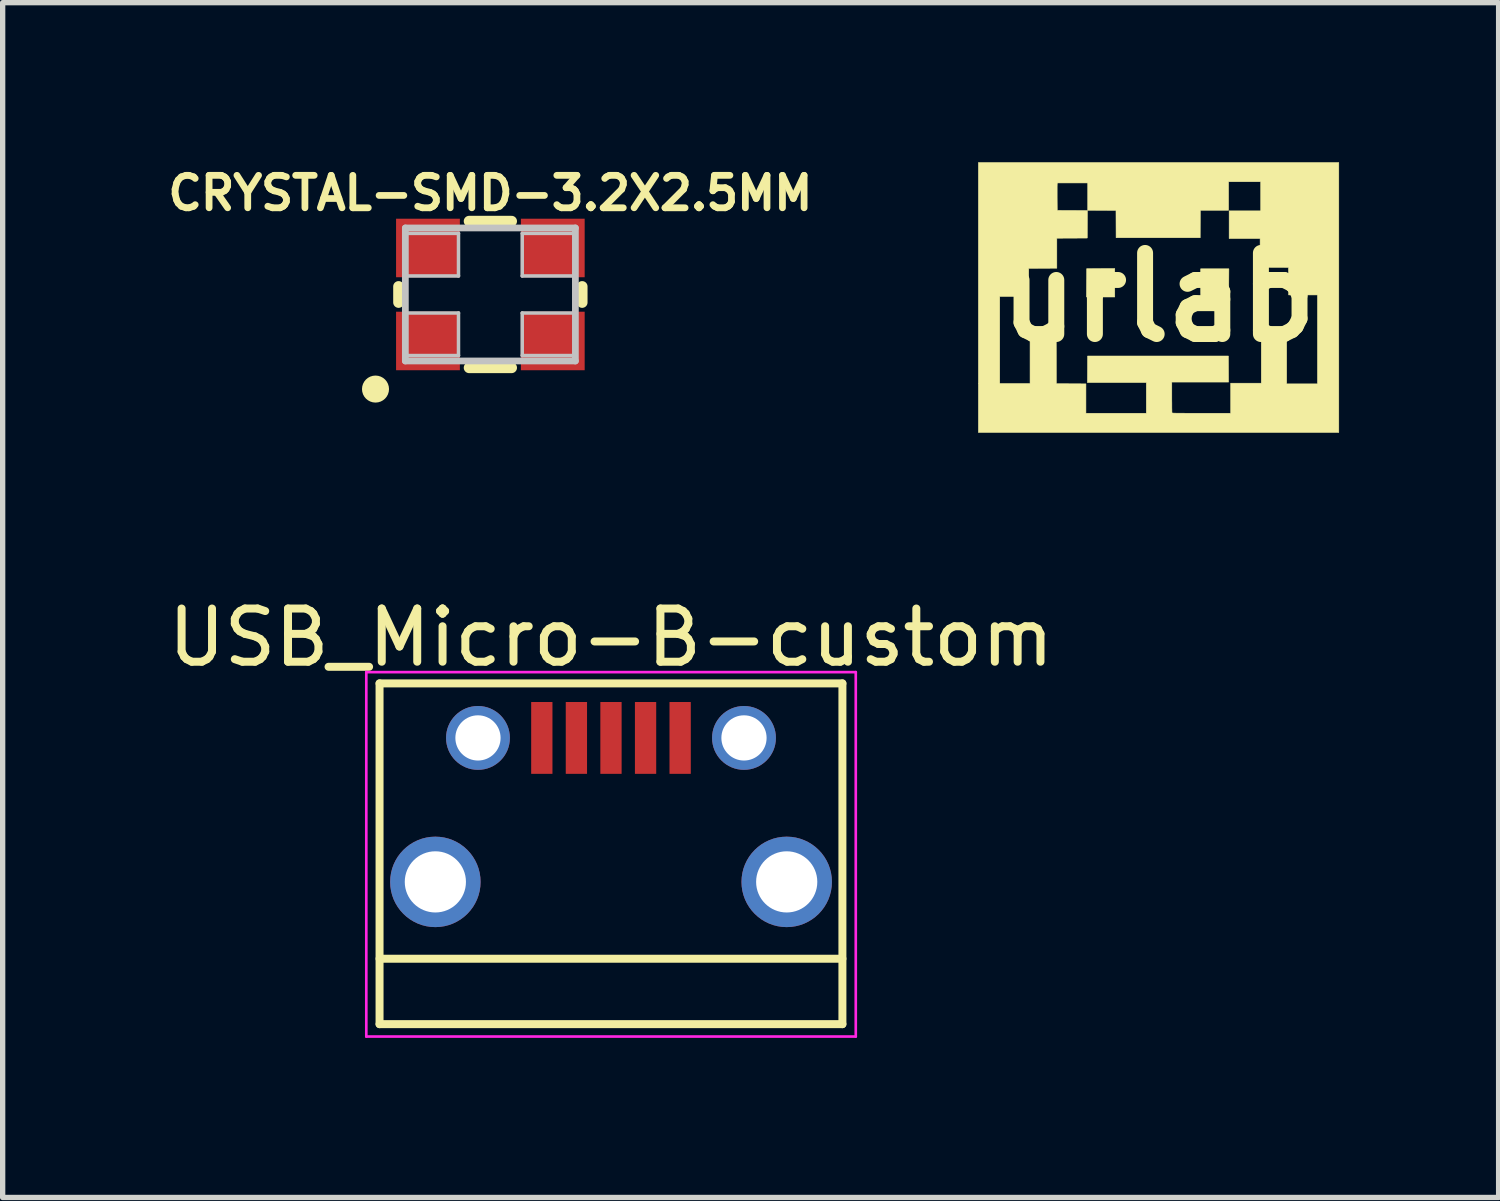
<source format=kicad_pcb>
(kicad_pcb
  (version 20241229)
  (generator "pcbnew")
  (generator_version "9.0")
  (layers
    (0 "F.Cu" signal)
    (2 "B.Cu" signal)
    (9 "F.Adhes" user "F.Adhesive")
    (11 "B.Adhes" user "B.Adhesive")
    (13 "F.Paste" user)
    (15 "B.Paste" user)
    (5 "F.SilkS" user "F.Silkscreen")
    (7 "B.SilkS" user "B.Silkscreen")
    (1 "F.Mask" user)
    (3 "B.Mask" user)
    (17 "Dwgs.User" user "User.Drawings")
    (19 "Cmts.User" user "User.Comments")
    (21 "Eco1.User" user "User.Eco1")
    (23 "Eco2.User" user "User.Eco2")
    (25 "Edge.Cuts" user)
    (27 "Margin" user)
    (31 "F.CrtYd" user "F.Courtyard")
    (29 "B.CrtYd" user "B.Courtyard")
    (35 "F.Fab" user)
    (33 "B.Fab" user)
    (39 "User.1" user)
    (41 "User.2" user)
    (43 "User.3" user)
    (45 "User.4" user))
  (footprint "urlab"
    (layer "F.Cu")
    (at 18.727 2.539)
    (property "Reference" "urlab" (at 0 0 0) (layer "F.SilkS") (effects (font (size 1.524 1.524) (thickness 0.3))))
    (attr through_hole)
    (fp_poly (pts (xy -0.824 -0.006) (xy -1.355 -0.006) (xy -1.353 -0.272) (xy -1.352 -0.539) (xy -1.088 -0.541) (xy -0.824 -0.542) (xy -0.824 -0.006)) (stroke (width 0.01) (type solid)) (fill yes) (layer "F.SilkS"))
    (fp_poly (pts (xy 1.319 -0.272) (xy 1.318 -0.008) (xy 1.058 -0.007) (xy 1.005 -0.007) (xy 0.955 -0.007) (xy 0.91 -0.007) (xy 0.871 -0.007) (xy 0.838 -0.008) (xy 0.814 -0.008) (xy 0.799 -0.009) (xy 0.794 -0.009) (xy 0.793 -0.016) (xy 0.793 -0.032) (xy 0.792 -0.057) (xy 0.791 -0.091) (xy 0.791 -0.131) (xy 0.791 -0.177) (xy 0.79 -0.227) (xy 0.79 -0.275) (xy 0.79 -0.536) (xy 1.321 -0.536) (xy 1.319 -0.272)) (stroke (width 0.01) (type solid)) (fill yes) (layer "F.SilkS"))
    (fp_poly (pts (xy 3.387 2.54) (xy -3.387 2.54) (xy -3.387 -0.017) (xy -2.986 -0.017) (xy -2.986 1.62) (xy -2.416 1.62) (xy -2.416 0.564) (xy -1.925 0.564) (xy -1.923 1.094) (xy -1.922 1.623) (xy -1.366 1.626) (xy -1.366 2.179) (xy -0.231 2.179) (xy -0.231 1.603) (xy -1.338 1.603) (xy -1.336 1.353) (xy -1.335 1.103) (xy 1.312 1.103) (xy 1.315 1.592) (xy 0.248 1.592) (xy 0.248 1.876) (xy 0.248 1.932) (xy 0.249 1.985) (xy 0.249 2.033) (xy 0.249 2.076) (xy 0.25 2.112) (xy 0.25 2.14) (xy 0.251 2.16) (xy 0.252 2.169) (xy 0.252 2.17) (xy 0.253 2.171) (xy 0.256 2.173) (xy 0.262 2.174) (xy 0.272 2.175) (xy 0.285 2.176) (xy 0.302 2.176) (xy 0.325 2.177) (xy 0.354 2.177) (xy 0.389 2.178) (xy 0.431 2.178) (xy 0.482 2.178) (xy 0.54 2.179) (xy 0.608 2.179) (xy 0.686 2.179) (xy 0.774 2.179) (xy 0.805 2.179) (xy 1.355 2.179) (xy 1.355 1.614) (xy 1.93 1.614) (xy 1.93 0.564) (xy 2.169 0.566) (xy 2.407 0.567) (xy 2.407 1.626) (xy 2.697 1.626) (xy 2.986 1.626) (xy 2.986 -0.045) (xy 2.444 -0.045) (xy 2.443 -0.303) (xy 2.441 -0.562) (xy 2.175 -0.563) (xy 1.908 -0.565) (xy 1.908 -1.106) (xy 1.326 -1.106) (xy 1.326 -1.626) (xy 1.919 -1.626) (xy 1.919 -2.173) (xy 1.315 -2.173) (xy 1.315 -1.637) (xy 0.785 -1.637) (xy 0.783 -1.379) (xy 0.782 -1.12) (xy -0.799 -1.12) (xy -0.8 -1.377) (xy -0.801 -1.634) (xy -1.332 -1.637) (xy -1.332 -2.151) (xy -1.902 -2.151) (xy -1.905 -2.138) (xy -1.906 -2.13) (xy -1.906 -2.111) (xy -1.907 -2.084) (xy -1.907 -2.05) (xy -1.907 -2.009) (xy -1.907 -1.962) (xy -1.907 -1.912) (xy -1.907 -1.88) (xy -1.905 -1.634) (xy -1.621 -1.633) (xy -1.338 -1.631) (xy -1.341 -1.115) (xy -1.627 -1.113) (xy -1.913 -1.112) (xy -1.913 -0.548) (xy -2.441 -0.545) (xy -2.444 -0.017) (xy -2.986 -0.017) (xy -3.387 -0.017) (xy -3.387 -2.534) (xy 3.387 -2.534) (xy 3.387 2.54)) (stroke (width 0.01) (type solid)) (fill yes) (layer "F.SilkS")))
  (footprint "CRYSTAL-SMD-3.2X2.5MM"
    (layer "F.Cu")
    (at 6.167 2.485)
    (property "Reference" "CRYSTAL-SMD-3.2X2.5MM" (at 0 -1.905 0) (layer "F.SilkS") (effects (font (size 0.61 0.61) (thickness 0.127))))
    (attr smd)
    (fp_line (start -1.725 0.15) (end -1.725 -0.15) (stroke (width 0.203) (type solid)) (layer "F.SilkS"))
    (fp_line (start -0.399 -1.377) (end 0.399 -1.377) (stroke (width 0.203) (type solid)) (layer "F.SilkS"))
    (fp_line (start 0.399 1.377) (end -0.399 1.377) (stroke (width 0.203) (type solid)) (layer "F.SilkS"))
    (fp_line (start 1.725 -0.15) (end 1.725 0.15) (stroke (width 0.203) (type solid)) (layer "F.SilkS"))
    (fp_circle (center -2.159 1.778) (end -2.032 1.778) (stroke (width 0.254) (type solid)) (fill no) (layer "F.SilkS"))
    (fp_line (start -1.598 -1.25) (end 1.598 -1.25) (stroke (width 0.127) (type solid)) (layer "Dwgs.User"))
    (fp_line (start -1.598 -1.148) (end -0.599 -1.148) (stroke (width 0.066) (type solid)) (layer "Dwgs.User"))
    (fp_line (start -1.598 -0.348) (end -1.598 -1.148) (stroke (width 0.066) (type solid)) (layer "Dwgs.User"))
    (fp_line (start -1.598 -0.348) (end -0.599 -0.348) (stroke (width 0.066) (type solid)) (layer "Dwgs.User"))
    (fp_line (start -1.598 0.348) (end -0.599 0.348) (stroke (width 0.066) (type solid)) (layer "Dwgs.User"))
    (fp_line (start -1.598 1.148) (end -1.598 0.348) (stroke (width 0.066) (type solid)) (layer "Dwgs.User"))
    (fp_line (start -1.598 1.148) (end -0.599 1.148) (stroke (width 0.066) (type solid)) (layer "Dwgs.User"))
    (fp_line (start -1.598 1.25) (end -1.598 -1.25) (stroke (width 0.127) (type solid)) (layer "Dwgs.User"))
    (fp_line (start -0.599 -0.348) (end -0.599 -1.148) (stroke (width 0.066) (type solid)) (layer "Dwgs.User"))
    (fp_line (start -0.599 1.148) (end -0.599 0.348) (stroke (width 0.066) (type solid)) (layer "Dwgs.User"))
    (fp_line (start 0.599 -1.148) (end 1.598 -1.148) (stroke (width 0.066) (type solid)) (layer "Dwgs.User"))
    (fp_line (start 0.599 -0.348) (end 0.599 -1.148) (stroke (width 0.066) (type solid)) (layer "Dwgs.User"))
    (fp_line (start 0.599 -0.348) (end 1.598 -0.348) (stroke (width 0.066) (type solid)) (layer "Dwgs.User"))
    (fp_line (start 0.599 0.348) (end 1.598 0.348) (stroke (width 0.066) (type solid)) (layer "Dwgs.User"))
    (fp_line (start 0.599 1.148) (end 0.599 0.348) (stroke (width 0.066) (type solid)) (layer "Dwgs.User"))
    (fp_line (start 0.599 1.148) (end 1.598 1.148) (stroke (width 0.066) (type solid)) (layer "Dwgs.User"))
    (fp_line (start 1.598 -1.25) (end 1.598 1.25) (stroke (width 0.127) (type solid)) (layer "Dwgs.User"))
    (fp_line (start 1.598 -0.348) (end 1.598 -1.148) (stroke (width 0.066) (type solid)) (layer "Dwgs.User"))
    (fp_line (start 1.598 1.148) (end 1.598 0.348) (stroke (width 0.066) (type solid)) (layer "Dwgs.User"))
    (fp_line (start 1.598 1.25) (end -1.598 1.25) (stroke (width 0.127) (type solid)) (layer "Dwgs.User"))
    (pad "1" smd rect (at -1.173 0.874 180) (size 1.199 1.1) (layers "F.Cu" "F.Mask" "F.Paste"))
    (pad "2" smd rect (at 1.173 0.874) (size 1.199 1.1) (layers "F.Cu" "F.Mask" "F.Paste"))
    (pad "3" smd rect (at 1.173 -0.874) (size 1.199 1.1) (layers "F.Cu" "F.Mask" "F.Paste"))
    (pad "4" smd rect (at -1.173 -0.874 180) (size 1.199 1.1) (layers "F.Cu" "F.Mask" "F.Paste")))
  (footprint "USB_Micro-B-custom"
    (layer "F.Cu")
    (at 8.435 12.383)
    (property "Reference" "USB_Micro-B-custom" (at 0 -3.45 0) (layer "F.SilkS") (effects (font (size 1 1) (thickness 0.15))))
    (attr smd)
    (fp_line (start -4.351 -2.588) (end 4.349 -2.588) (stroke (width 0.15) (type solid)) (layer "F.SilkS"))
    (fp_line (start -4.351 3.817) (end -4.351 -2.588) (stroke (width 0.15) (type solid)) (layer "F.SilkS"))
    (fp_line (start -4.351 3.817) (end 4.349 3.817) (stroke (width 0.15) (type solid)) (layer "F.SilkS"))
    (fp_line (start 4.349 -2.588) (end 4.349 3.817) (stroke (width 0.15) (type solid)) (layer "F.SilkS"))
    (fp_line (start 4.349 2.587) (end -4.351 2.587) (stroke (width 0.15) (type solid)) (layer "F.SilkS"))
    (fp_line (start -4.6 -2.8) (end 4.6 -2.8) (stroke (width 0.05) (type solid)) (layer "F.CrtYd"))
    (fp_line (start -4.6 4.05) (end -4.6 -2.8) (stroke (width 0.05) (type solid)) (layer "F.CrtYd"))
    (fp_line (start 4.6 -2.8) (end 4.6 4.05) (stroke (width 0.05) (type solid)) (layer "F.CrtYd"))
    (fp_line (start 4.6 4.05) (end -4.6 4.05) (stroke (width 0.05) (type solid)) (layer "F.CrtYd"))
    (pad "1" smd rect (at -1.301 -1.563 90) (size 1.35 0.4) (layers "F.Cu" "F.Mask" "F.Paste"))
    (pad "2" smd rect (at -0.651 -1.563 90) (size 1.35 0.4) (layers "F.Cu" "F.Mask" "F.Paste"))
    (pad "3" smd rect (at -0.001 -1.563 90) (size 1.35 0.4) (layers "F.Cu" "F.Mask" "F.Paste"))
    (pad "4" smd rect (at 0.649 -1.563 90) (size 1.35 0.4) (layers "F.Cu" "F.Mask" "F.Paste"))
    (pad "5" smd rect (at 1.299 -1.563 90) (size 1.35 0.4) (layers "F.Cu" "F.Mask" "F.Paste"))
    (pad "6" thru_hole circle (at -3.302 1.143 90) (size 1.7 1.7) (drill 1.15) (layers "*.Cu" "*.Mask"))
    (pad "6" thru_hole circle (at -2.501 -1.563 90) (size 1.2 1.2) (drill 0.85) (layers "*.Cu" "*.Mask"))
    (pad "6" thru_hole circle (at 2.499 -1.563 90) (size 1.2 1.2) (drill 0.85) (layers "*.Cu" "*.Mask"))
    (pad "6" thru_hole circle (at 3.302 1.143 90) (size 1.7 1.7) (drill 1.15) (layers "*.Cu" "*.Mask")))
  (gr_rect
    (start -3 -3)
    (end 25.118 19.458)
    (stroke (width 0.1) (type default))
    (fill no)
    (layer "Edge.Cuts")))
</source>
